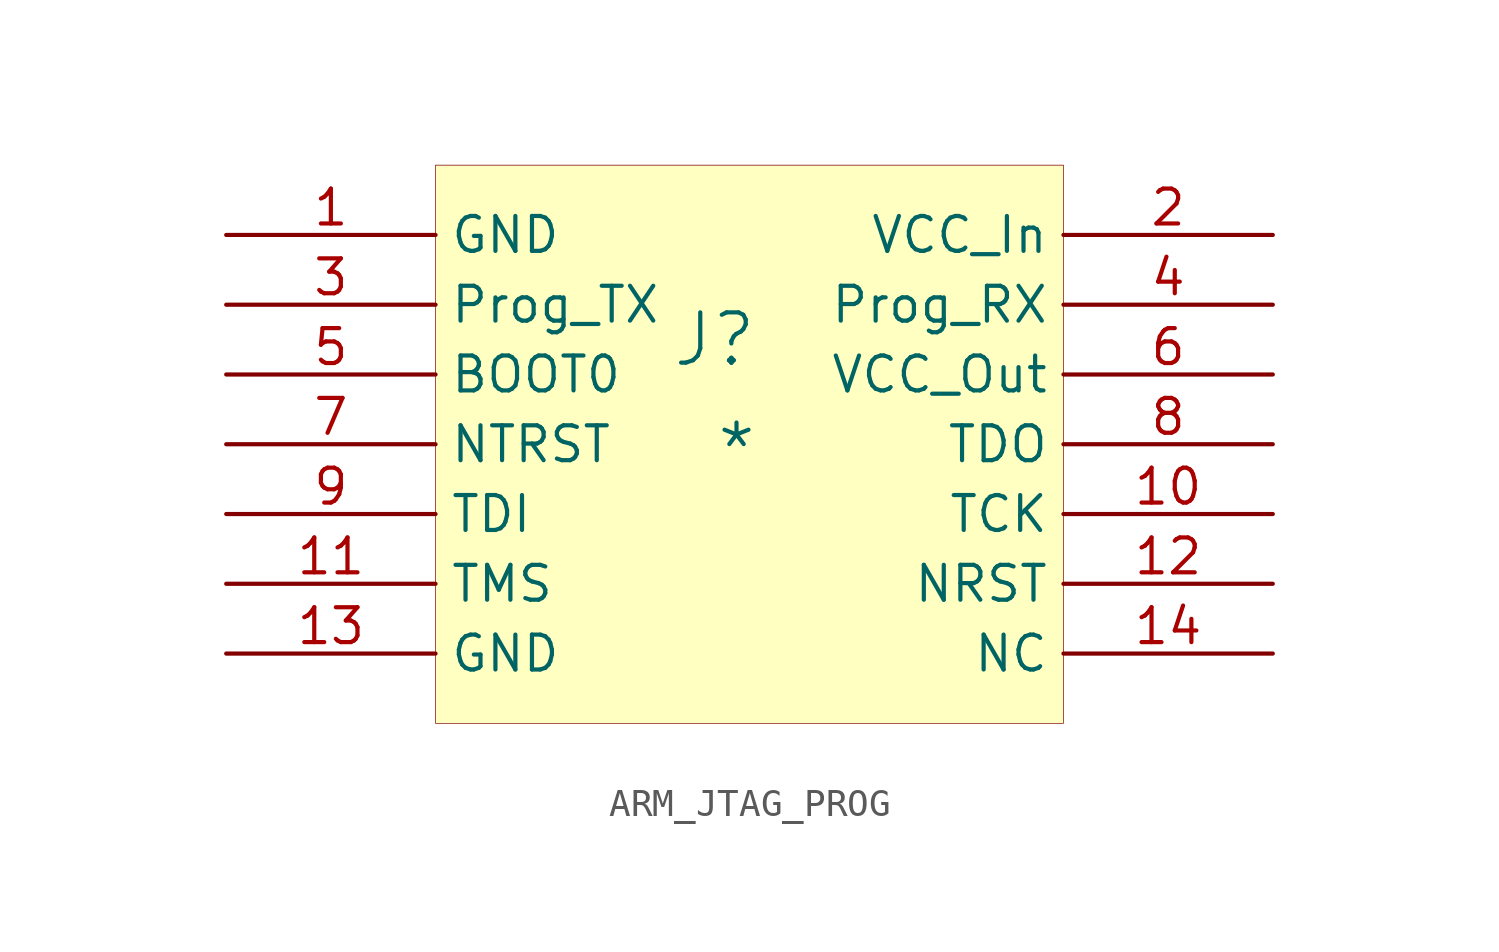
<source format=kicad_sym>
(kicad_symbol_lib
  (version 20241209)
  (generator "kicad_symbol_editor")
  (generator_version "9.0")
  (symbol "ARM_JTAG_PROG"
    (property "Reference" "J"
      (at -1.27 1.27 0)
      (effects (font (size 1.829 1.829))))
    (property "Value" "*"
      (at -1.27 -3.81 0)
      (effects (font (size 1.829 1.829)) (justify left bottom)))
    (symbol "ARM_JTAG_PROG_1_0"
      (rectangle (start 11.43 7.62) (end -11.43 -12.7) (stroke (width 0.025) (type solid) (color 128 0 0 1)) (fill (type background)))
      (pin passive line (at -19.05 5.08 0) (length 7.62) (name "GND" (effects (font (size 1.27 1.27)))) (number "1" (effects (font (size 1.27 1.27)))))
      (pin input line (at -19.05 2.54 0) (length 7.62) (name "Prog_TX" (effects (font (size 1.27 1.27)))) (number "3" (effects (font (size 1.27 1.27)))))
      (pin passive line (at -19.05 0 0) (length 7.62) (name "BOOT0" (effects (font (size 1.27 1.27)))) (number "5" (effects (font (size 1.27 1.27)))))
      (pin passive line (at -19.05 -2.54 0) (length 7.62) (name "NTRST" (effects (font (size 1.27 1.27)))) (number "7" (effects (font (size 1.27 1.27)))))
      (pin passive line (at -19.05 -5.08 0) (length 7.62) (name "TDI" (effects (font (size 1.27 1.27)))) (number "9" (effects (font (size 1.27 1.27)))))
      (pin passive line (at -19.05 -7.62 0) (length 7.62) (name "TMS" (effects (font (size 1.27 1.27)))) (number "11" (effects (font (size 1.27 1.27)))))
      (pin passive line (at -19.05 -10.16 0) (length 7.62) (name "GND" (effects (font (size 1.27 1.27)))) (number "13" (effects (font (size 1.27 1.27)))))
      (pin passive line (at 19.05 5.08 180) (length 7.62) (name "VCC_In" (effects (font (size 1.27 1.27)))) (number "2" (effects (font (size 1.27 1.27)))))
      (pin output line (at 19.05 2.54 180) (length 7.62) (name "Prog_RX" (effects (font (size 1.27 1.27)))) (number "4" (effects (font (size 1.27 1.27)))))
      (pin passive line (at 19.05 0 180) (length 7.62) (name "VCC_Out" (effects (font (size 1.27 1.27)))) (number "6" (effects (font (size 1.27 1.27)))))
      (pin passive line (at 19.05 -2.54 180) (length 7.62) (name "TDO" (effects (font (size 1.27 1.27)))) (number "8" (effects (font (size 1.27 1.27)))))
      (pin passive line (at 19.05 -5.08 180) (length 7.62) (name "TCK" (effects (font (size 1.27 1.27)))) (number "10" (effects (font (size 1.27 1.27)))))
      (pin passive line (at 19.05 -7.62 180) (length 7.62) (name "NRST" (effects (font (size 1.27 1.27)))) (number "12" (effects (font (size 1.27 1.27)))))
      (pin passive line (at 19.05 -10.16 180) (length 7.62) (name "NC" (effects (font (size 1.27 1.27)))) (number "14" (effects (font (size 1.27 1.27))))))))
</source>
